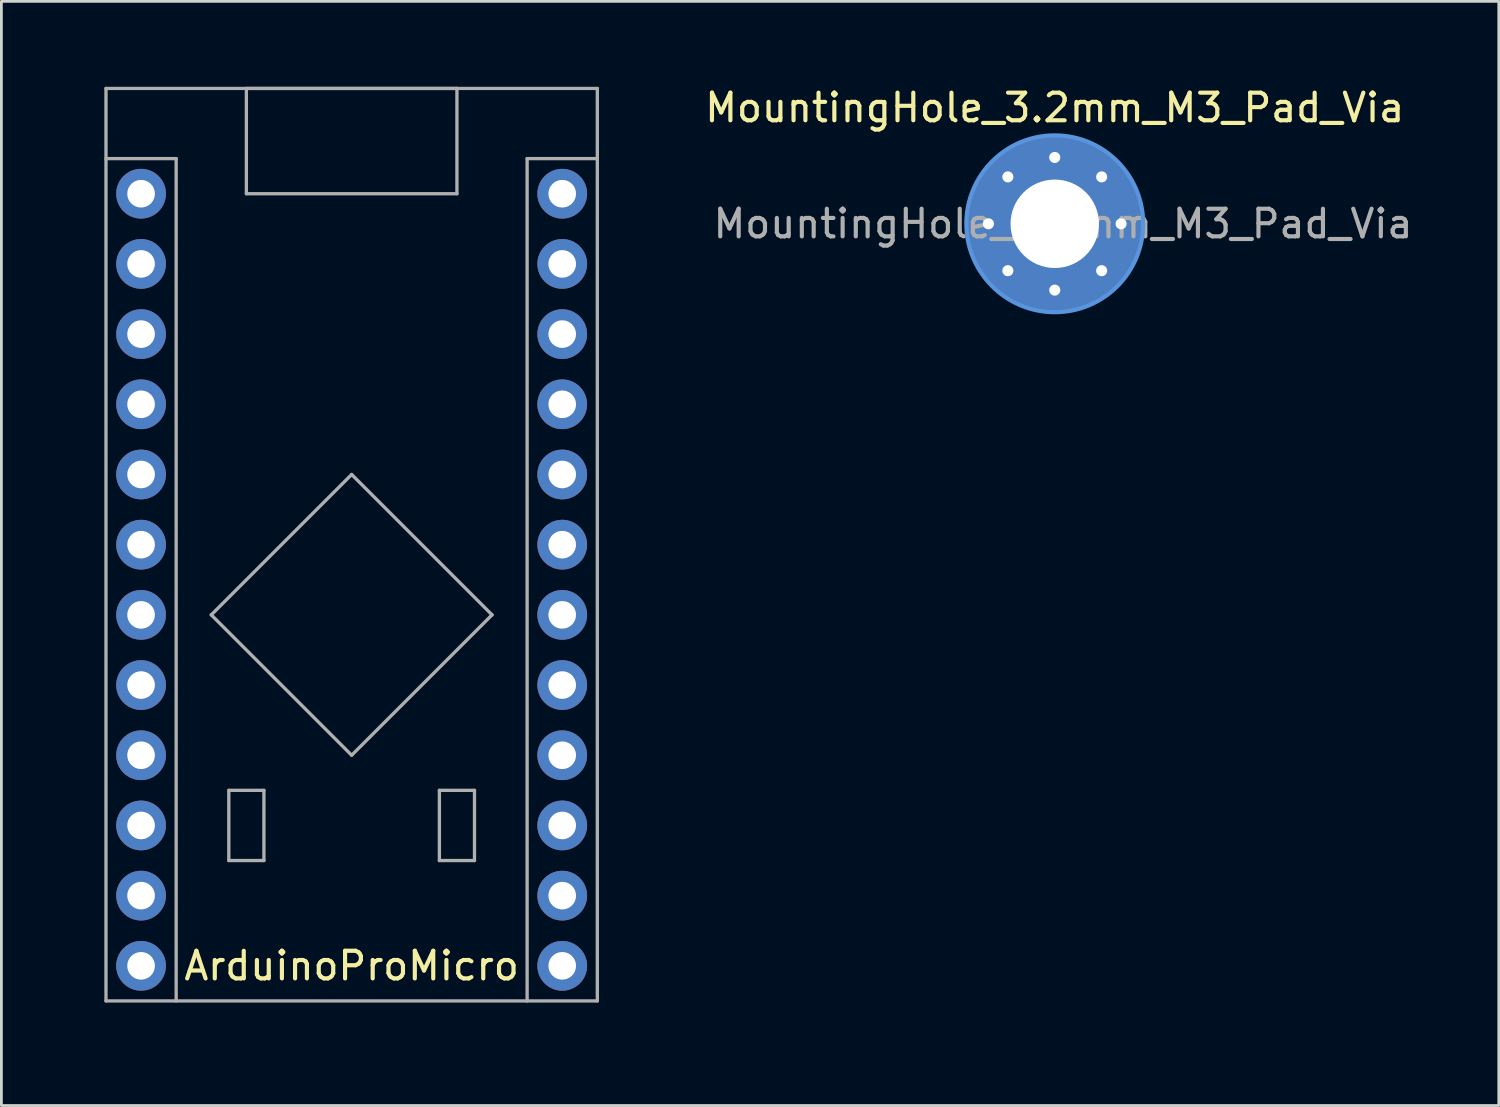
<source format=kicad_pcb>
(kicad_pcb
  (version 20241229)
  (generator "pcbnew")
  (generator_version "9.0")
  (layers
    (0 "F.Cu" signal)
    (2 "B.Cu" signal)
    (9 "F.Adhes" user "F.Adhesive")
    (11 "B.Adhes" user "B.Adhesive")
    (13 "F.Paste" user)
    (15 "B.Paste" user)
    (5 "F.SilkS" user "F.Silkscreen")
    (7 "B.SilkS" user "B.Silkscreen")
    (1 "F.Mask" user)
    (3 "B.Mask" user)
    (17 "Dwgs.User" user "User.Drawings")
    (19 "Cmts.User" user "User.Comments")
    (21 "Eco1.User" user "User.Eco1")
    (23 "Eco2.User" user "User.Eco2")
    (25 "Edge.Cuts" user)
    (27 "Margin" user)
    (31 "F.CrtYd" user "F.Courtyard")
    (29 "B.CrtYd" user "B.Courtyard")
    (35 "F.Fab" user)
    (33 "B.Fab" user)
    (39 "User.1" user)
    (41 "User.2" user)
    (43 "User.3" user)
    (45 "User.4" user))
  (footprint "ArduinoProMicro"
    (layer "F.Cu")
    (at 9.675 17.93)
    (property "Reference" "ArduinoProMicro" (at 0 13.97 0) (layer "F.SilkS") (effects (font (size 1 1) (thickness 0.15))))
    (attr through_hole)
    (fp_line (start -9.525 -17.78) (end -9.525 15.875) (stroke (width 0.3) (type solid)) (layer "Eco2.User"))
    (fp_line (start -9.525 15.875) (end 9.525 15.875) (stroke (width 0.3) (type solid)) (layer "Eco2.User"))
    (fp_line (start 9.525 15.875) (end 9.525 -17.78) (stroke (width 0.3) (type solid)) (layer "Eco2.User"))
    (fp_line (start -8.89 -17.78) (end -8.89 15.24) (stroke (width 0.12) (type solid)) (layer "F.Fab"))
    (fp_line (start -8.89 -15.24) (end -6.35 -15.24) (stroke (width 0.12) (type solid)) (layer "F.Fab"))
    (fp_line (start -8.89 15.24) (end 8.89 15.24) (stroke (width 0.12) (type solid)) (layer "F.Fab"))
    (fp_line (start -6.35 -15.24) (end -6.35 15.24) (stroke (width 0.12) (type solid)) (layer "F.Fab"))
    (fp_line (start -5.08 1.27) (end 0 6.35) (stroke (width 0.12) (type solid)) (layer "F.Fab"))
    (fp_line (start -4.445 7.62) (end -4.445 10.16) (stroke (width 0.12) (type solid)) (layer "F.Fab"))
    (fp_line (start -4.445 10.16) (end -3.175 10.16) (stroke (width 0.12) (type solid)) (layer "F.Fab"))
    (fp_line (start -3.81 -17.78) (end -3.81 -13.97) (stroke (width 0.12) (type solid)) (layer "F.Fab"))
    (fp_line (start -3.81 -13.97) (end 3.81 -13.97) (stroke (width 0.12) (type solid)) (layer "F.Fab"))
    (fp_line (start -3.175 7.62) (end -4.445 7.62) (stroke (width 0.12) (type solid)) (layer "F.Fab"))
    (fp_line (start -3.175 10.16) (end -3.175 7.62) (stroke (width 0.12) (type solid)) (layer "F.Fab"))
    (fp_line (start 0 -3.81) (end -5.08 1.27) (stroke (width 0.12) (type solid)) (layer "F.Fab"))
    (fp_line (start 0 6.35) (end 5.08 1.27) (stroke (width 0.12) (type solid)) (layer "F.Fab"))
    (fp_line (start 3.175 7.62) (end 3.175 10.16) (stroke (width 0.12) (type solid)) (layer "F.Fab"))
    (fp_line (start 3.175 10.16) (end 4.445 10.16) (stroke (width 0.12) (type solid)) (layer "F.Fab"))
    (fp_line (start 3.81 -17.78) (end -3.81 -17.78) (stroke (width 0.12) (type solid)) (layer "F.Fab"))
    (fp_line (start 3.81 -13.97) (end 3.81 -17.78) (stroke (width 0.12) (type solid)) (layer "F.Fab"))
    (fp_line (start 4.445 7.62) (end 3.175 7.62) (stroke (width 0.12) (type solid)) (layer "F.Fab"))
    (fp_line (start 4.445 10.16) (end 4.445 7.62) (stroke (width 0.12) (type solid)) (layer "F.Fab"))
    (fp_line (start 5.08 1.27) (end 0 -3.81) (stroke (width 0.12) (type solid)) (layer "F.Fab"))
    (fp_line (start 6.35 -15.24) (end 6.35 15.24) (stroke (width 0.12) (type solid)) (layer "F.Fab"))
    (fp_line (start 6.35 -15.24) (end 8.89 -15.24) (stroke (width 0.12) (type solid)) (layer "F.Fab"))
    (fp_line (start 8.89 -17.78) (end -8.89 -17.78) (stroke (width 0.12) (type solid)) (layer "F.Fab"))
    (fp_line (start 8.89 15.24) (end 8.89 -17.78) (stroke (width 0.12) (type solid)) (layer "F.Fab"))
    (pad "1" thru_hole circle (at -7.62 -13.97) (size 1.8 1.8) (drill 1) (layers "*.Cu" "*.Mask"))
    (pad "2" thru_hole circle (at -7.62 -11.43) (size 1.8 1.8) (drill 1) (layers "*.Cu" "*.Mask"))
    (pad "3" thru_hole circle (at -7.62 -8.89) (size 1.8 1.8) (drill 1) (layers "*.Cu" "*.Mask"))
    (pad "4" thru_hole circle (at -7.62 -6.35) (size 1.8 1.8) (drill 1) (layers "*.Cu" "*.Mask"))
    (pad "5" thru_hole circle (at -7.62 -3.81) (size 1.8 1.8) (drill 1) (layers "*.Cu" "*.Mask"))
    (pad "6" thru_hole circle (at -7.62 -1.27) (size 1.8 1.8) (drill 1) (layers "*.Cu" "*.Mask"))
    (pad "7" thru_hole circle (at -7.62 1.27) (size 1.8 1.8) (drill 1) (layers "*.Cu" "*.Mask"))
    (pad "8" thru_hole circle (at -7.62 3.81) (size 1.8 1.8) (drill 1) (layers "*.Cu" "*.Mask"))
    (pad "9" thru_hole circle (at -7.62 6.35) (size 1.8 1.8) (drill 1) (layers "*.Cu" "*.Mask"))
    (pad "10" thru_hole circle (at -7.62 8.89) (size 1.8 1.8) (drill 1) (layers "*.Cu" "*.Mask"))
    (pad "11" thru_hole circle (at -7.62 11.43) (size 1.8 1.8) (drill 1) (layers "*.Cu" "*.Mask"))
    (pad "12" thru_hole circle (at -7.62 13.97) (size 1.8 1.8) (drill 1) (layers "*.Cu" "*.Mask"))
    (pad "13" thru_hole circle (at 7.62 -13.97) (size 1.8 1.8) (drill 1) (layers "*.Cu" "*.Mask"))
    (pad "14" thru_hole circle (at 7.62 -11.43) (size 1.8 1.8) (drill 1) (layers "*.Cu" "*.Mask"))
    (pad "15" thru_hole circle (at 7.62 -8.89) (size 1.8 1.8) (drill 1) (layers "*.Cu" "*.Mask"))
    (pad "16" thru_hole circle (at 7.62 -6.35) (size 1.8 1.8) (drill 1) (layers "*.Cu" "*.Mask"))
    (pad "17" thru_hole circle (at 7.62 -3.81) (size 1.8 1.8) (drill 1) (layers "*.Cu" "*.Mask"))
    (pad "18" thru_hole circle (at 7.62 -1.27) (size 1.8 1.8) (drill 1) (layers "*.Cu" "*.Mask"))
    (pad "19" thru_hole circle (at 7.62 1.27) (size 1.8 1.8) (drill 1) (layers "*.Cu" "*.Mask"))
    (pad "20" thru_hole circle (at 7.62 3.81) (size 1.8 1.8) (drill 1) (layers "*.Cu" "*.Mask"))
    (pad "21" thru_hole circle (at 7.62 6.35) (size 1.8 1.8) (drill 1) (layers "*.Cu" "*.Mask"))
    (pad "22" thru_hole circle (at 7.62 8.89) (size 1.8 1.8) (drill 1) (layers "*.Cu" "*.Mask"))
    (pad "23" thru_hole circle (at 7.62 11.43) (size 1.8 1.8) (drill 1) (layers "*.Cu" "*.Mask"))
    (pad "24" thru_hole circle (at 7.62 13.97) (size 1.8 1.8) (drill 1) (layers "*.Cu" "*.Mask")))
  (footprint "MountingHole_3.2mm_M3_Pad_Via"
    (layer "F.Cu")
    (at 35.118 5.048)
    (property "Reference" "MountingHole_3.2mm_M3_Pad_Via" (at 0 -4.2 0) (layer "F.SilkS") (effects (font (size 1 1) (thickness 0.15))))
    (attr exclude_from_pos_files exclude_from_bom)
    (fp_circle (center 0 0) (end 3.2 0) (stroke (width 0.15) (type solid)) (fill no) (layer "Cmts.User"))
    (fp_circle (center 0 0) (end 1.6 0) (stroke (width 0.3) (type solid)) (fill no) (layer "Eco2.User"))
    (fp_text user "${REFERENCE}" (at 0.3 0 0) (layer "F.Fab") (effects (font (size 1 1) (thickness 0.15))))
    (pad "1" thru_hole circle (at -2.4 0) (size 0.8 0.8) (drill 0.4) (layers "*.Cu" "*.Mask"))
    (pad "1" thru_hole circle (at -1.697 -1.697) (size 0.8 0.8) (drill 0.4) (layers "*.Cu" "*.Mask"))
    (pad "1" thru_hole circle (at -1.697 1.697) (size 0.8 0.8) (drill 0.4) (layers "*.Cu" "*.Mask"))
    (pad "1" thru_hole circle (at 0 -2.4) (size 0.8 0.8) (drill 0.4) (layers "*.Cu" "*.Mask"))
    (pad "1" thru_hole circle (at 0 0) (size 6.4 6.4) (drill 3.2) (layers "*.Cu" "*.Mask"))
    (pad "1" thru_hole circle (at 0 2.4) (size 0.8 0.8) (drill 0.4) (layers "*.Cu" "*.Mask"))
    (pad "1" thru_hole circle (at 1.697 -1.697) (size 0.8 0.8) (drill 0.4) (layers "*.Cu" "*.Mask"))
    (pad "1" thru_hole circle (at 1.697 1.697) (size 0.8 0.8) (drill 0.4) (layers "*.Cu" "*.Mask"))
    (pad "1" thru_hole circle (at 2.4 0) (size 0.8 0.8) (drill 0.4) (layers "*.Cu" "*.Mask")))
  (gr_rect
    (start -3 -3)
    (end 51.186 36.955)
    (stroke (width 0.1) (type default))
    (fill no)
    (layer "Edge.Cuts")))
</source>
